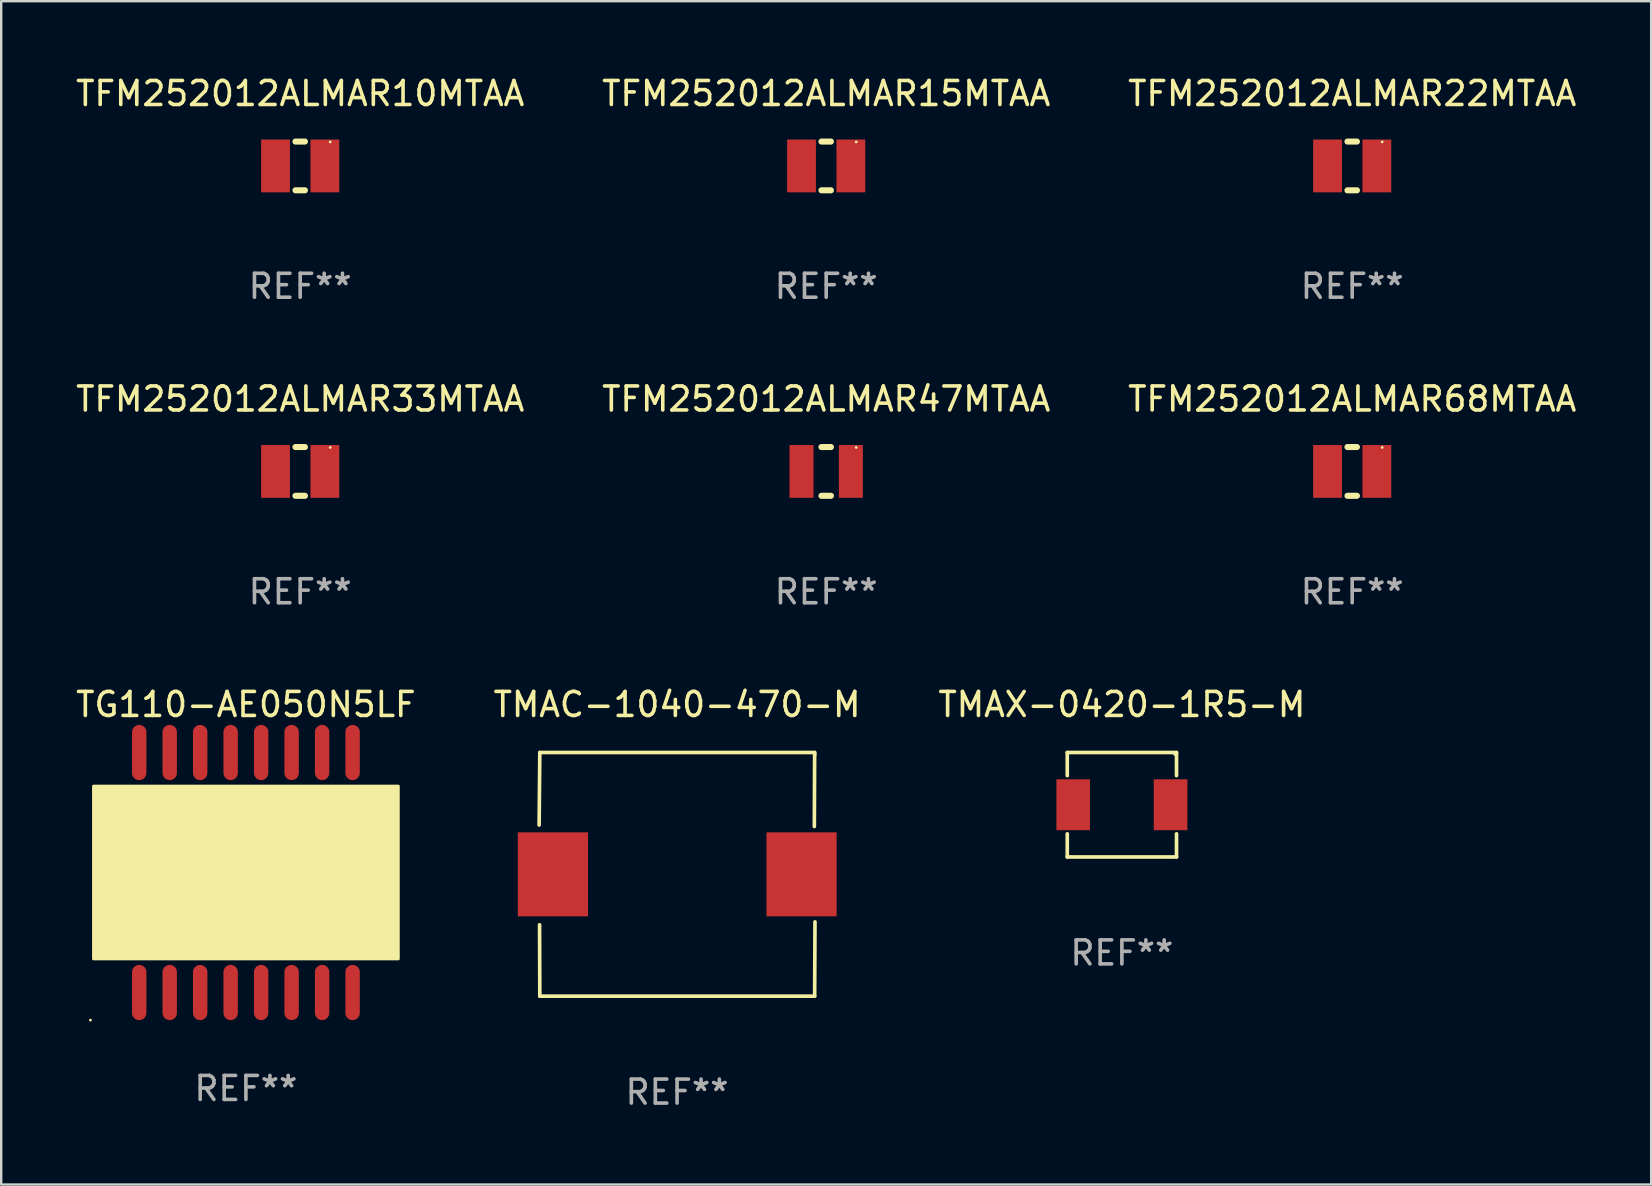
<source format=kicad_pcb>
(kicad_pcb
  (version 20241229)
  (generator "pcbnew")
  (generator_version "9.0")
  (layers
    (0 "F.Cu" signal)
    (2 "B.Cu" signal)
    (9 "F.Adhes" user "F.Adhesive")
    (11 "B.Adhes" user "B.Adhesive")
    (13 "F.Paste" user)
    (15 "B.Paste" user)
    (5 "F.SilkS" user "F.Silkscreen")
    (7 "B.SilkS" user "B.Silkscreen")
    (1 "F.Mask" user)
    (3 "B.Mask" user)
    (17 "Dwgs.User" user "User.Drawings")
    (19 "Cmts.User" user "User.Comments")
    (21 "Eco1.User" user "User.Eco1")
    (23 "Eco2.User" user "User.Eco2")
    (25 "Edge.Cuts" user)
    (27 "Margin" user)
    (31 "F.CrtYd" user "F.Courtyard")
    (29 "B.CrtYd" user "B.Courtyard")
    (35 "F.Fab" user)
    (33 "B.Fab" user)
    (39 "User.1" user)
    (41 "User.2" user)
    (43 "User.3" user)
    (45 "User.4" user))
  (footprint "TFM252012ALMAR33MTAA"
    (layer "F.Cu")
    (at 9.458 16.593)
    (property "Reference" "TFM252012ALMAR33MTAA" (at 0 -3.016 0) (layer "F.SilkS") (effects (font (size 1 1) (thickness 0.15))))
    (attr through_hole)
    (fp_line (start -0.197 1.016) (end 0.197 1.016) (stroke (width 0.254) (type solid)) (layer "F.SilkS"))
    (fp_line (start 0.197 -1.016) (end -0.197 -1.016) (stroke (width 0.254) (type solid)) (layer "F.SilkS"))
    (fp_circle (center 1.25 -1) (end 1.28 -1) (stroke (width 0.06) (type solid)) (fill no) (layer "F.SilkS"))
    (fp_text user "REF**" (at 0 5.016 0) (layer "F.Fab") (effects (font (size 1 1) (thickness 0.15))))
    (pad "1" smd rect (at 1.028 0) (size 1.2 2.2) (layers "F.Cu" "F.Mask" "F.Paste"))
    (pad "2" smd rect (at -1.028 0) (size 1.2 2.2) (layers "F.Cu" "F.Mask" "F.Paste")))
  (footprint "TMAX-0420-1R5-M"
    (layer "F.Cu")
    (at 43.696 30.481)
    (property "Reference" "TMAX-0420-1R5-M" (at 0 -4.176 0) (layer "F.SilkS") (effects (font (size 1 1) (thickness 0.15))))
    (attr through_hole)
    (fp_line (start -2.276 -2.176) (end 2.276 -2.176) (stroke (width 0.152) (type solid)) (layer "F.SilkS"))
    (fp_line (start -2.276 -1.212) (end -2.276 -2.176) (stroke (width 0.152) (type solid)) (layer "F.SilkS"))
    (fp_line (start -2.276 1.212) (end -2.276 2.176) (stroke (width 0.152) (type solid)) (layer "F.SilkS"))
    (fp_line (start -2.276 2.176) (end 2.276 2.176) (stroke (width 0.152) (type solid)) (layer "F.SilkS"))
    (fp_line (start 2.276 -2.176) (end 2.276 -1.212) (stroke (width 0.152) (type solid)) (layer "F.SilkS"))
    (fp_line (start 2.276 2.176) (end 2.276 1.212) (stroke (width 0.152) (type solid)) (layer "F.SilkS"))
    (fp_circle (center 2.2 -2.1) (end 2.23 -2.1) (stroke (width 0.06) (type solid)) (fill no) (layer "F.SilkS"))
    (fp_text user "REF**" (at 0 6.176 0) (layer "F.Fab") (effects (font (size 1 1) (thickness 0.15))))
    (pad "1" smd rect (at 2.028 0) (size 1.4 2.12) (layers "F.Cu" "F.Mask" "F.Paste"))
    (pad "2" smd rect (at -2.028 0) (size 1.4 2.12) (layers "F.Cu" "F.Mask" "F.Paste")))
  (footprint "TFM252012ALMAR10MTAA"
    (layer "F.Cu")
    (at 9.458 3.864)
    (property "Reference" "TFM252012ALMAR10MTAA" (at 0 -3.016 0) (layer "F.SilkS") (effects (font (size 1 1) (thickness 0.15))))
    (attr through_hole)
    (fp_line (start -0.197 1.016) (end 0.197 1.016) (stroke (width 0.254) (type solid)) (layer "F.SilkS"))
    (fp_line (start 0.197 -1.016) (end -0.197 -1.016) (stroke (width 0.254) (type solid)) (layer "F.SilkS"))
    (fp_circle (center 1.25 -1) (end 1.28 -1) (stroke (width 0.06) (type solid)) (fill no) (layer "F.SilkS"))
    (fp_text user "REF**" (at 0 5.016 0) (layer "F.Fab") (effects (font (size 1 1) (thickness 0.15))))
    (pad "1" smd rect (at 1.028 0) (size 1.2 2.2) (layers "F.Cu" "F.Mask" "F.Paste"))
    (pad "2" smd rect (at -1.028 0) (size 1.2 2.2) (layers "F.Cu" "F.Mask" "F.Paste")))
  (footprint "TFM252012ALMAR15MTAA"
    (layer "F.Cu")
    (at 31.375 3.864)
    (property "Reference" "TFM252012ALMAR15MTAA" (at 0 -3.016 0) (layer "F.SilkS") (effects (font (size 1 1) (thickness 0.15))))
    (attr through_hole)
    (fp_line (start -0.197 1.016) (end 0.197 1.016) (stroke (width 0.254) (type solid)) (layer "F.SilkS"))
    (fp_line (start 0.197 -1.016) (end -0.197 -1.016) (stroke (width 0.254) (type solid)) (layer "F.SilkS"))
    (fp_circle (center 1.25 -1) (end 1.28 -1) (stroke (width 0.06) (type solid)) (fill no) (layer "F.SilkS"))
    (fp_text user "REF**" (at 0 5.016 0) (layer "F.Fab") (effects (font (size 1 1) (thickness 0.15))))
    (pad "1" smd rect (at 1.028 0) (size 1.2 2.2) (layers "F.Cu" "F.Mask" "F.Paste"))
    (pad "2" smd rect (at -1.028 0) (size 1.2 2.2) (layers "F.Cu" "F.Mask" "F.Paste")))
  (footprint "TFM252012ALMAR47MTAA"
    (layer "F.Cu")
    (at 31.375 16.593)
    (property "Reference" "TFM252012ALMAR47MTAA" (at 0 -3.016 0) (layer "F.SilkS") (effects (font (size 1 1) (thickness 0.15))))
    (attr through_hole)
    (fp_line (start -0.197 1.016) (end 0.197 1.016) (stroke (width 0.254) (type solid)) (layer "F.SilkS"))
    (fp_line (start 0.197 -1.016) (end -0.197 -1.016) (stroke (width 0.254) (type solid)) (layer "F.SilkS"))
    (fp_circle (center 1.25 -1) (end 1.28 -1) (stroke (width 0.06) (type solid)) (fill no) (layer "F.SilkS"))
    (fp_text user "REF**" (at 0 5.016 0) (layer "F.Fab") (effects (font (size 1 1) (thickness 0.15))))
    (pad "1" smd rect (at 1.028 0) (size 1 2.2) (layers "F.Cu" "F.Mask" "F.Paste"))
    (pad "2" smd rect (at -1.028 0) (size 1 2.2) (layers "F.Cu" "F.Mask" "F.Paste")))
  (footprint "TMAC-1040-470-M"
    (layer "F.Cu")
    (at 25.161 33.381)
    (property "Reference" "TMAC-1040-470-M" (at 0 -7.076 0) (layer "F.SilkS") (effects (font (size 1 1) (thickness 0.15))))
    (attr through_hole)
    (fp_line (start -5.747 -2.055) (end -5.719 -5.076) (stroke (width 0.152) (type solid)) (layer "F.SilkS"))
    (fp_line (start -5.729 2.102) (end -5.719 5.076) (stroke (width 0.152) (type solid)) (layer "F.SilkS"))
    (fp_line (start -5.719 -5.076) (end 5.733 -5.076) (stroke (width 0.152) (type solid)) (layer "F.SilkS"))
    (fp_line (start -5.719 5.076) (end 5.733 5.076) (stroke (width 0.152) (type solid)) (layer "F.SilkS"))
    (fp_line (start 5.733 -5.076) (end 5.72 -1.993) (stroke (width 0.152) (type solid)) (layer "F.SilkS"))
    (fp_line (start 5.733 5.076) (end 5.747 1.981) (stroke (width 0.152) (type solid)) (layer "F.SilkS"))
    (fp_circle (center 5.757 -5) (end 5.787 -5) (stroke (width 0.06) (type solid)) (fill no) (layer "F.SilkS"))
    (fp_text user "REF**" (at 0 9.076 0) (layer "F.Fab") (effects (font (size 1 1) (thickness 0.15))))
    (pad "1" smd rect (at 5.187 0) (size 2.924 3.5) (layers "F.Cu" "F.Mask" "F.Paste"))
    (pad "2" smd rect (at -5.173 0) (size 2.924 3.5) (layers "F.Cu" "F.Mask" "F.Paste")))
  (footprint "TFM252012ALMAR22MTAA"
    (layer "F.Cu")
    (at 53.292 3.864)
    (property "Reference" "TFM252012ALMAR22MTAA" (at 0 -3.016 0) (layer "F.SilkS") (effects (font (size 1 1) (thickness 0.15))))
    (attr through_hole)
    (fp_line (start -0.197 1.016) (end 0.197 1.016) (stroke (width 0.254) (type solid)) (layer "F.SilkS"))
    (fp_line (start 0.197 -1.016) (end -0.197 -1.016) (stroke (width 0.254) (type solid)) (layer "F.SilkS"))
    (fp_circle (center 1.25 -1) (end 1.28 -1) (stroke (width 0.06) (type solid)) (fill no) (layer "F.SilkS"))
    (fp_text user "REF**" (at 0 5.016 0) (layer "F.Fab") (effects (font (size 1 1) (thickness 0.15))))
    (pad "1" smd rect (at 1.028 0) (size 1.2 2.2) (layers "F.Cu" "F.Mask" "F.Paste"))
    (pad "2" smd rect (at -1.028 0) (size 1.2 2.2) (layers "F.Cu" "F.Mask" "F.Paste")))
  (footprint "TG110-AE050N5LF"
    (layer "F.Cu")
    (at 7.196 33.305)
    (property "Reference" "TG110-AE050N5LF" (at 0 -7 0) (layer "F.SilkS") (effects (font (size 1 1) (thickness 0.15))))
    (attr through_hole)
    (fp_arc (start -5.334011 2.413005) (mid -5.331471 2.412994) (end -5.328931 2.413005) (stroke (width 0.6) (type solid)) (layer "F.SilkS"))
    (fp_circle (center -6.477 6.15) (end -6.447 6.15) (stroke (width 0.06) (type solid)) (fill no) (layer "F.SilkS"))
    (fp_poly (pts (xy -6.35 -3.6) (xy 6.35 -3.6) (xy 6.35 3.6) (xy -6.35 3.6)) (stroke (width 0.12) (type solid)) (fill yes) (layer "F.SilkS"))
    (fp_text user "REF**" (at 0 9 0) (layer "F.Fab") (effects (font (size 1 1) (thickness 0.15))))
    (pad "1" smd oval (at -4.445 5 180) (size 0.6 2.3) (layers "F.Cu" "F.Mask" "F.Paste"))
    (pad "2" smd oval (at -3.175 5 180) (size 0.6 2.3) (layers "F.Cu" "F.Mask" "F.Paste"))
    (pad "3" smd oval (at -1.905 5 180) (size 0.6 2.3) (layers "F.Cu" "F.Mask" "F.Paste"))
    (pad "4" smd oval (at -0.635 5 180) (size 0.6 2.3) (layers "F.Cu" "F.Mask" "F.Paste"))
    (pad "5" smd oval (at 0.635 5 180) (size 0.6 2.3) (layers "F.Cu" "F.Mask" "F.Paste"))
    (pad "6" smd oval (at 1.905 5 180) (size 0.6 2.3) (layers "F.Cu" "F.Mask" "F.Paste"))
    (pad "7" smd oval (at 3.175 5 180) (size 0.6 2.3) (layers "F.Cu" "F.Mask" "F.Paste"))
    (pad "8" smd oval (at 4.445 5 180) (size 0.6 2.3) (layers "F.Cu" "F.Mask" "F.Paste"))
    (pad "9" smd oval (at 4.445 -5 180) (size 0.6 2.3) (layers "F.Cu" "F.Mask" "F.Paste"))
    (pad "10" smd oval (at 3.175 -5 180) (size 0.6 2.3) (layers "F.Cu" "F.Mask" "F.Paste"))
    (pad "11" smd oval (at 1.905 -5 180) (size 0.6 2.3) (layers "F.Cu" "F.Mask" "F.Paste"))
    (pad "12" smd oval (at 0.635 -5 180) (size 0.6 2.3) (layers "F.Cu" "F.Mask" "F.Paste"))
    (pad "13" smd oval (at -0.635 -5 180) (size 0.6 2.3) (layers "F.Cu" "F.Mask" "F.Paste"))
    (pad "14" smd oval (at -1.905 -5 180) (size 0.6 2.3) (layers "F.Cu" "F.Mask" "F.Paste"))
    (pad "15" smd oval (at -3.175 -5 180) (size 0.6 2.3) (layers "F.Cu" "F.Mask" "F.Paste"))
    (pad "16" smd oval (at -4.445 -5 180) (size 0.6 2.3) (layers "F.Cu" "F.Mask" "F.Paste")))
  (footprint "TFM252012ALMAR68MTAA"
    (layer "F.Cu")
    (at 53.292 16.593)
    (property "Reference" "TFM252012ALMAR68MTAA" (at 0 -3.016 0) (layer "F.SilkS") (effects (font (size 1 1) (thickness 0.15))))
    (attr through_hole)
    (fp_line (start -0.197 1.016) (end 0.197 1.016) (stroke (width 0.254) (type solid)) (layer "F.SilkS"))
    (fp_line (start 0.197 -1.016) (end -0.197 -1.016) (stroke (width 0.254) (type solid)) (layer "F.SilkS"))
    (fp_circle (center 1.25 -1) (end 1.28 -1) (stroke (width 0.06) (type solid)) (fill no) (layer "F.SilkS"))
    (fp_text user "REF**" (at 0 5.016 0) (layer "F.Fab") (effects (font (size 1 1) (thickness 0.15))))
    (pad "1" smd rect (at 1.028 0) (size 1.2 2.2) (layers "F.Cu" "F.Mask" "F.Paste"))
    (pad "2" smd rect (at -1.028 0) (size 1.2 2.2) (layers "F.Cu" "F.Mask" "F.Paste")))
  (gr_rect
    (start -3 -3)
    (end 65.75 46.306)
    (stroke (width 0.1) (type default))
    (fill no)
    (layer "Edge.Cuts")))
</source>
